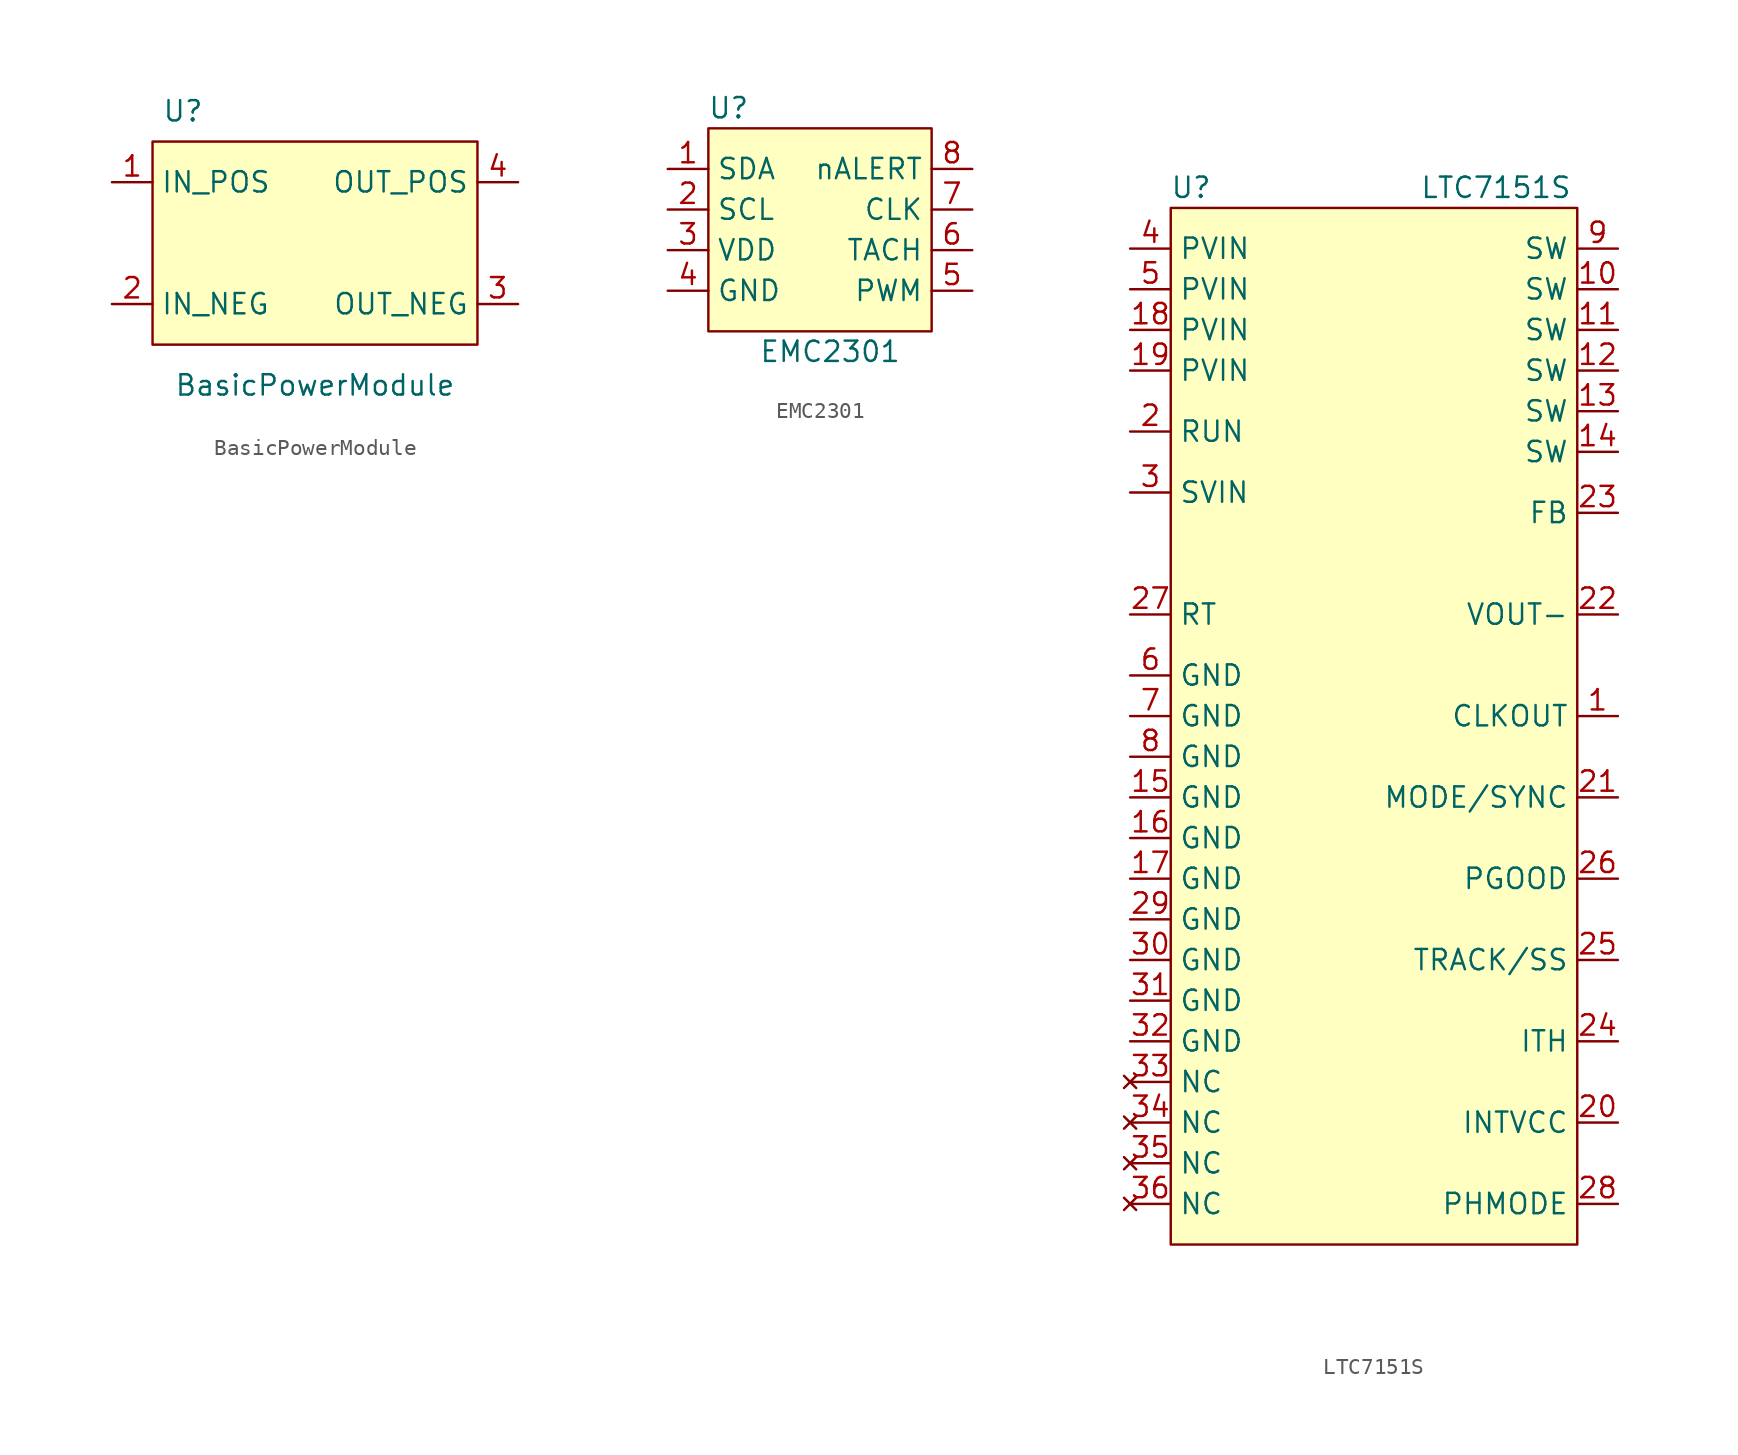
<source format=kicad_sym>
(kicad_symbol_lib
  (version 20220914)
  (generator kicad_symbol_editor)
  (symbol "BasicPowerModule"
    (property "Reference" "U"
      (at -8.255 6.985 0)
      (effects (font (size 1.27 1.27))))
    (property "Value" "BasicPowerModule"
      (at 0 -10.16 0)
      (effects (font (size 1.27 1.27))))
    (symbol "BasicPowerModule_0_1"
      (rectangle (start -10.16 5.08) (end 10.16 -7.62) (stroke (width 0) (type default)) (fill (type background))))
    (symbol "BasicPowerModule_1_1"
      (pin power_in line (at -12.7 2.54 0) (length 2.54) (name "IN_POS" (effects (font (size 1.27 1.27)))) (number "1" (effects (font (size 1.27 1.27)))))
      (pin power_in line (at -12.7 -5.08 0) (length 2.54) (name "IN_NEG" (effects (font (size 1.27 1.27)))) (number "2" (effects (font (size 1.27 1.27)))))
      (pin power_out line (at 12.7 -5.08 180) (length 2.54) (name "OUT_NEG" (effects (font (size 1.27 1.27)))) (number "3" (effects (font (size 1.27 1.27)))))
      (pin power_out line (at 12.7 2.54 180) (length 2.54) (name "OUT_POS" (effects (font (size 1.27 1.27)))) (number "4" (effects (font (size 1.27 1.27)))))))
  (symbol "EMC2301"
    (property "Reference" "U"
      (at -7.62 13.97 0)
      (effects (font (size 1.27 1.27))))
    (property "Value" "EMC2301"
      (at -1.27 -1.27 0)
      (effects (font (size 1.27 1.27))))
    (symbol "EMC2301_0_0"
      (pin open_collector line (at -11.43 10.16 0) (length 2.54) (name "SDA" (effects (font (size 1.27 1.27)))) (number "1" (effects (font (size 1.27 1.27)))))
      (pin open_collector line (at -11.43 7.62 0) (length 2.54) (name "SCL" (effects (font (size 1.27 1.27)))) (number "2" (effects (font (size 1.27 1.27)))))
      (pin power_in line (at -11.43 5.08 0) (length 2.54) (name "VDD" (effects (font (size 1.27 1.27)))) (number "3" (effects (font (size 1.27 1.27)))))
      (pin power_in line (at -11.43 2.54 0) (length 2.54) (name "GND" (effects (font (size 1.27 1.27)))) (number "4" (effects (font (size 1.27 1.27)))))
      (pin output line (at 7.62 2.54 180) (length 2.54) (name "PWM" (effects (font (size 1.27 1.27)))) (number "5" (effects (font (size 1.27 1.27)))))
      (pin input line (at 7.62 5.08 180) (length 2.54) (name "TACH" (effects (font (size 1.27 1.27)))) (number "6" (effects (font (size 1.27 1.27)))))
      (pin input line (at 7.62 7.62 180) (length 2.54) (name "CLK" (effects (font (size 1.27 1.27)))) (number "7" (effects (font (size 1.27 1.27)))))
      (pin open_collector line (at 7.62 10.16 180) (length 2.54) (name "nALERT" (effects (font (size 1.27 1.27)))) (number "8" (effects (font (size 1.27 1.27))))))
    (symbol "EMC2301_0_1"
      (rectangle (start -8.89 12.7) (end 5.08 0) (stroke (width 0) (type default)) (fill (type background)))))
  (symbol "LTC7151S"
    (property "Reference" "U"
      (at -11.43 34.29 0)
      (effects (font (size 1.27 1.27))))
    (property "Value" "LTC7151S"
      (at 7.62 34.29 0)
      (effects (font (size 1.27 1.27))))
    (symbol "LTC7151S_0_1"
      (rectangle (start -12.7 33.02) (end 12.7 -31.75) (stroke (width 0) (type default)) (fill (type background))))
    (symbol "LTC7151S_1_1"
      (pin output line (at 15.24 1.27 180) (length 2.54) (name "CLKOUT" (effects (font (size 1.27 1.27)))) (number "1" (effects (font (size 1.27 1.27)))))
      (pin power_out line (at 15.24 27.94 180) (length 2.54) (name "SW" (effects (font (size 1.27 1.27)))) (number "10" (effects (font (size 1.27 1.27)))))
      (pin power_out line (at 15.24 25.4 180) (length 2.54) (name "SW" (effects (font (size 1.27 1.27)))) (number "11" (effects (font (size 1.27 1.27)))))
      (pin power_out line (at 15.24 22.86 180) (length 2.54) (name "SW" (effects (font (size 1.27 1.27)))) (number "12" (effects (font (size 1.27 1.27)))))
      (pin power_out line (at 15.24 20.32 180) (length 2.54) (name "SW" (effects (font (size 1.27 1.27)))) (number "13" (effects (font (size 1.27 1.27)))))
      (pin power_out line (at 15.24 17.78 180) (length 2.54) (name "SW" (effects (font (size 1.27 1.27)))) (number "14" (effects (font (size 1.27 1.27)))))
      (pin power_in line (at -15.24 -3.81 0) (length 2.54) (name "GND" (effects (font (size 1.27 1.27)))) (number "15" (effects (font (size 1.27 1.27)))))
      (pin power_in line (at -15.24 -6.35 0) (length 2.54) (name "GND" (effects (font (size 1.27 1.27)))) (number "16" (effects (font (size 1.27 1.27)))))
      (pin power_in line (at -15.24 -8.89 0) (length 2.54) (name "GND" (effects (font (size 1.27 1.27)))) (number "17" (effects (font (size 1.27 1.27)))))
      (pin power_in line (at -15.24 25.4 0) (length 2.54) (name "PVIN" (effects (font (size 1.27 1.27)))) (number "18" (effects (font (size 1.27 1.27)))))
      (pin power_in line (at -15.24 22.86 0) (length 2.54) (name "PVIN" (effects (font (size 1.27 1.27)))) (number "19" (effects (font (size 1.27 1.27)))))
      (pin input line (at -15.24 19.05 0) (length 2.54) (name "RUN" (effects (font (size 1.27 1.27)))) (number "2" (effects (font (size 1.27 1.27)))))
      (pin power_out line (at 15.24 -24.13 180) (length 2.54) (name "INTVCC" (effects (font (size 1.27 1.27)))) (number "20" (effects (font (size 1.27 1.27)))))
      (pin input line (at 15.24 -3.81 180) (length 2.54) (name "MODE/SYNC" (effects (font (size 1.27 1.27)))) (number "21" (effects (font (size 1.27 1.27)))))
      (pin power_out line (at 15.24 7.62 180) (length 2.54) (name "VOUT-" (effects (font (size 1.27 1.27)))) (number "22" (effects (font (size 1.27 1.27)))))
      (pin input line (at 15.24 13.97 180) (length 2.54) (name "FB" (effects (font (size 1.27 1.27)))) (number "23" (effects (font (size 1.27 1.27)))))
      (pin output line (at 15.24 -19.05 180) (length 2.54) (name "ITH" (effects (font (size 1.27 1.27)))) (number "24" (effects (font (size 1.27 1.27)))))
      (pin output line (at 15.24 -13.97 180) (length 2.54) (name "TRACK/SS" (effects (font (size 1.27 1.27)))) (number "25" (effects (font (size 1.27 1.27)))))
      (pin output line (at 15.24 -8.89 180) (length 2.54) (name "PGOOD" (effects (font (size 1.27 1.27)))) (number "26" (effects (font (size 1.27 1.27)))))
      (pin input line (at -15.24 7.62 0) (length 2.54) (name "RT" (effects (font (size 1.27 1.27)))) (number "27" (effects (font (size 1.27 1.27)))))
      (pin input line (at 15.24 -29.21 180) (length 2.54) (name "PHMODE" (effects (font (size 1.27 1.27)))) (number "28" (effects (font (size 1.27 1.27)))))
      (pin power_in line (at -15.24 -11.43 0) (length 2.54) (name "GND" (effects (font (size 1.27 1.27)))) (number "29" (effects (font (size 1.27 1.27)))))
      (pin power_in line (at -15.24 15.24 0) (length 2.54) (name "SVIN" (effects (font (size 1.27 1.27)))) (number "3" (effects (font (size 1.27 1.27)))))
      (pin power_in line (at -15.24 -13.97 0) (length 2.54) (name "GND" (effects (font (size 1.27 1.27)))) (number "30" (effects (font (size 1.27 1.27)))))
      (pin power_in line (at -15.24 -16.51 0) (length 2.54) (name "GND" (effects (font (size 1.27 1.27)))) (number "31" (effects (font (size 1.27 1.27)))))
      (pin power_in line (at -15.24 -19.05 0) (length 2.54) (name "GND" (effects (font (size 1.27 1.27)))) (number "32" (effects (font (size 1.27 1.27)))))
      (pin no_connect line (at -15.24 -21.59 0) (length 2.54) (name "NC" (effects (font (size 1.27 1.27)))) (number "33" (effects (font (size 1.27 1.27)))))
      (pin no_connect line (at -15.24 -24.13 0) (length 2.54) (name "NC" (effects (font (size 1.27 1.27)))) (number "34" (effects (font (size 1.27 1.27)))))
      (pin no_connect line (at -15.24 -26.67 0) (length 2.54) (name "NC" (effects (font (size 1.27 1.27)))) (number "35" (effects (font (size 1.27 1.27)))))
      (pin no_connect line (at -15.24 -29.21 0) (length 2.54) (name "NC" (effects (font (size 1.27 1.27)))) (number "36" (effects (font (size 1.27 1.27)))))
      (pin power_in line (at -15.24 30.48 0) (length 2.54) (name "PVIN" (effects (font (size 1.27 1.27)))) (number "4" (effects (font (size 1.27 1.27)))))
      (pin power_in line (at -15.24 27.94 0) (length 2.54) (name "PVIN" (effects (font (size 1.27 1.27)))) (number "5" (effects (font (size 1.27 1.27)))))
      (pin power_in line (at -15.24 3.81 0) (length 2.54) (name "GND" (effects (font (size 1.27 1.27)))) (number "6" (effects (font (size 1.27 1.27)))))
      (pin power_in line (at -15.24 1.27 0) (length 2.54) (name "GND" (effects (font (size 1.27 1.27)))) (number "7" (effects (font (size 1.27 1.27)))))
      (pin power_in line (at -15.24 -1.27 0) (length 2.54) (name "GND" (effects (font (size 1.27 1.27)))) (number "8" (effects (font (size 1.27 1.27)))))
      (pin power_out line (at 15.24 30.48 180) (length 2.54) (name "SW" (effects (font (size 1.27 1.27)))) (number "9" (effects (font (size 1.27 1.27))))))))
</source>
